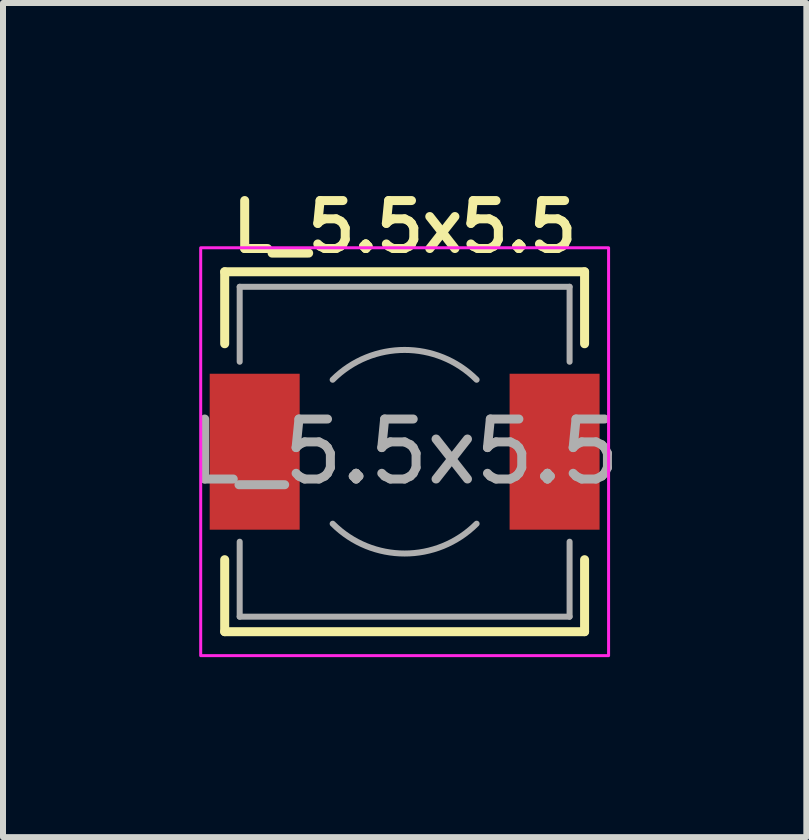
<source format=kicad_pcb>
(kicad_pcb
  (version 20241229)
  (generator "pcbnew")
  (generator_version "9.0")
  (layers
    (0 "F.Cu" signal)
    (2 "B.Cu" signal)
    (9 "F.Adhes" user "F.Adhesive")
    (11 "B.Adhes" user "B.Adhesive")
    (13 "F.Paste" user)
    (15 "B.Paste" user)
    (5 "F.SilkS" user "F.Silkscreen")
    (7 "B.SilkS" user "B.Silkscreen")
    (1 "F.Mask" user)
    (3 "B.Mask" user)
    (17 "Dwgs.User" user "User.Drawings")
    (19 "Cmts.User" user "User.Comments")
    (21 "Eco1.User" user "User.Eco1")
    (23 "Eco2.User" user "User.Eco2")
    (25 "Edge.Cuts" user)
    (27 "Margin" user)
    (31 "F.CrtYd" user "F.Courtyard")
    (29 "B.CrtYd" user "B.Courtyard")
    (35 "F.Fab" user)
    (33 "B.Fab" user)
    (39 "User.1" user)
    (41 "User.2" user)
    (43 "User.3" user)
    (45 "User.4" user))
  (footprint "L_5.5x5.5"
    (layer "F.Cu")
    (at 3.696 4.481)
    (property "Reference" "L_5.5x5.5" (at 0 -3.75 0) (layer "F.SilkS") (effects (font (size 0.8 0.8) (thickness 0.15))))
    (attr smd)
    (fp_line (start -3 -3) (end 3 -3) (stroke (width 0.15) (type solid)) (layer "F.SilkS"))
    (fp_line (start -3 -1.8) (end -3 -3) (stroke (width 0.15) (type solid)) (layer "F.SilkS"))
    (fp_line (start -3 3) (end -3 1.8) (stroke (width 0.15) (type solid)) (layer "F.SilkS"))
    (fp_line (start 3 -3) (end 3 -1.8) (stroke (width 0.15) (type solid)) (layer "F.SilkS"))
    (fp_line (start 3 1.8) (end 3 3) (stroke (width 0.15) (type solid)) (layer "F.SilkS"))
    (fp_line (start 3 3) (end -3 3) (stroke (width 0.15) (type solid)) (layer "F.SilkS"))
    (fp_rect (start -3.4 -3.4) (end 3.4 3.4) (stroke (width 0.05) (type solid)) (fill no) (layer "F.CrtYd"))
    (fp_line (start -2.75 -2.75) (end -2.75 -1.5) (stroke (width 0.1) (type solid)) (layer "F.Fab"))
    (fp_line (start -2.75 -2.75) (end 2.75 -2.75) (stroke (width 0.1) (type solid)) (layer "F.Fab"))
    (fp_line (start -2.75 2.75) (end -2.75 1.5) (stroke (width 0.1) (type solid)) (layer "F.Fab"))
    (fp_line (start -2.75 2.75) (end 2.75 2.75) (stroke (width 0.1) (type solid)) (layer "F.Fab"))
    (fp_line (start 2.75 -2.75) (end 2.75 -1.5) (stroke (width 0.1) (type solid)) (layer "F.Fab"))
    (fp_line (start 2.75 2.75) (end 2.75 1.5) (stroke (width 0.1) (type solid)) (layer "F.Fab"))
    (fp_arc (start -1.2 -1.2) (mid 0 -1.697056) (end 1.2 -1.2) (stroke (width 0.1) (type solid)) (layer "F.Fab"))
    (fp_arc (start 1.2 1.2) (mid 0 1.697056) (end -1.2 1.2) (stroke (width 0.1) (type solid)) (layer "F.Fab"))
    (fp_text user "${REFERENCE}" (at 0 0 0) (layer "F.Fab") (effects (font (size 1 1) (thickness 0.15))))
    (pad "1" smd rect (at -2.5 0) (size 1.5 2.6) (layers "F.Cu" "F.Mask" "F.Paste"))
    (pad "2" smd rect (at 2.5 0) (size 1.5 2.6) (layers "F.Cu" "F.Mask" "F.Paste")))
  (gr_rect
    (start -3 -3)
    (end 10.393 10.906)
    (stroke (width 0.1) (type default))
    (fill no)
    (layer "Edge.Cuts")))
</source>
